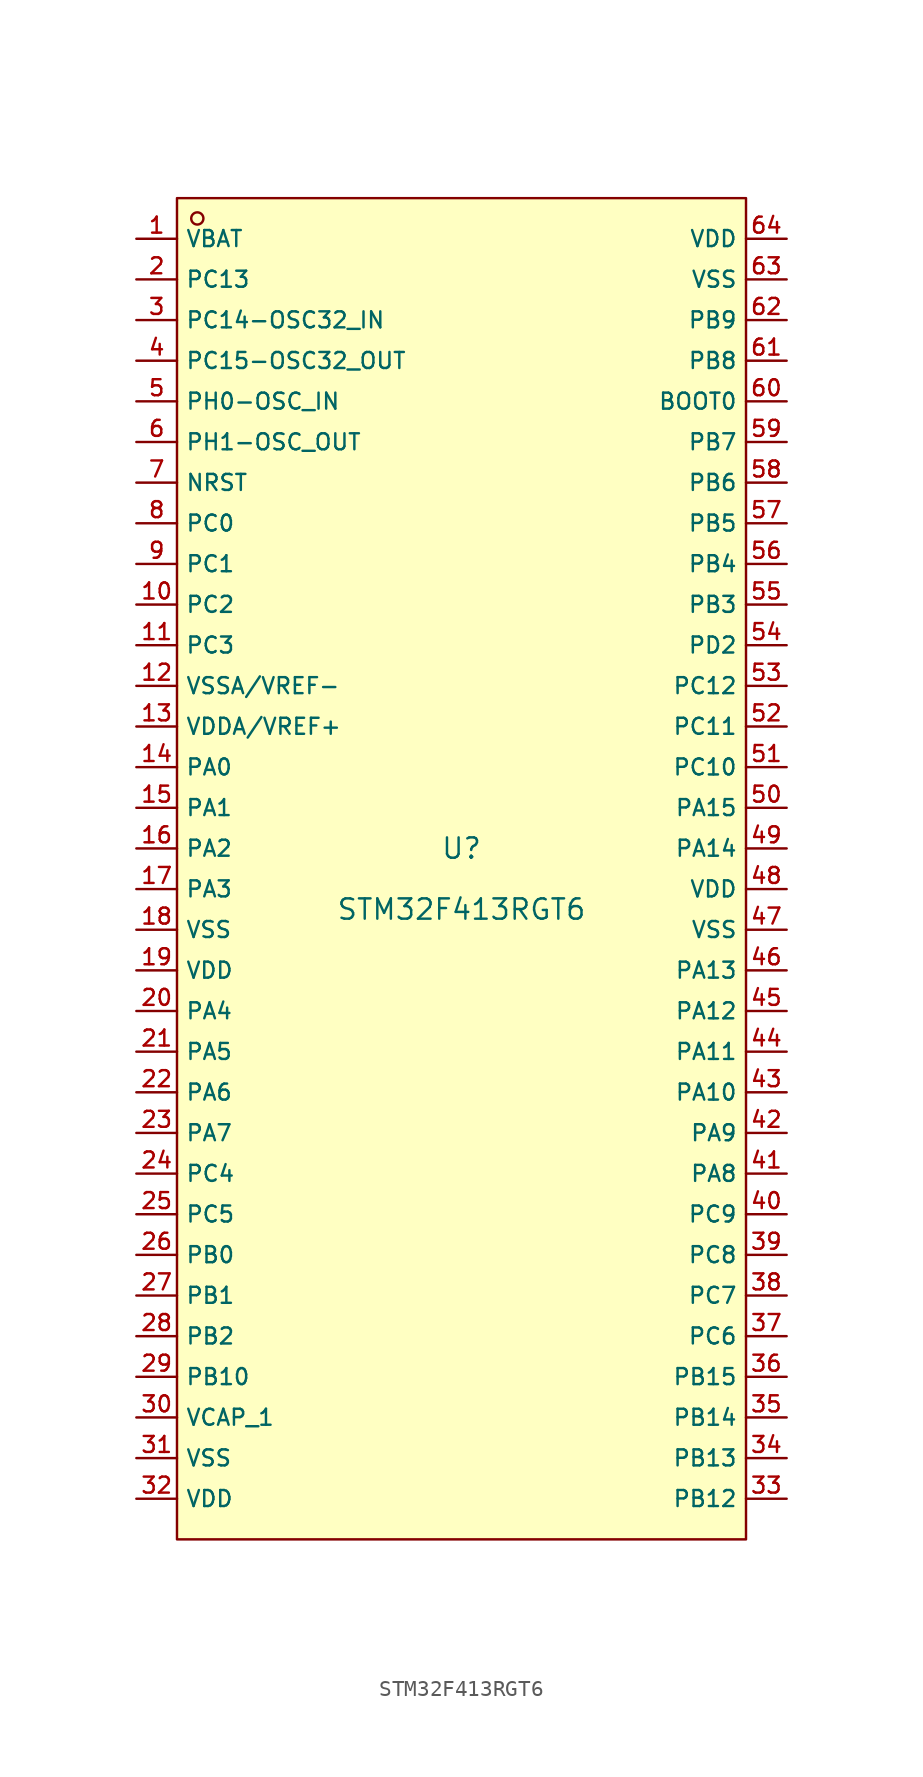
<source format=kicad_sym>
(kicad_symbol_lib
  (version 20210201)
  (generator TousstNicolas/JLC2KiCad_lib)
  (symbol "STM32F413RGT6"
    (property "Reference" "U"
      (at 0 1.27 0)
      (effects (font (size 1.27 1.27))))
    (property "Value" "STM32F413RGT6"
      (at 0 -2.54 0)
      (effects (font (size 1.27 1.27))))
    (symbol "STM32F413RGT6_0_1"
      (rectangle (start -17.78 41.91) (end 17.78 -41.91) (stroke (width 0) (type default) (color 0 0 0 0)) (fill (type background)))
      (circle (center -16.51 40.64) (radius 0.381) (stroke (width 0) (type default) (color 0 0 0 0)) (fill (type background)))
      (pin unspecified line (at -20.32 39.37 0) (length 2.54) (name "VBAT" (effects (font (size 1 1)))) (number "1" (effects (font (size 1 1)))))
      (pin unspecified line (at -20.32 36.83 0) (length 2.54) (name "PC13" (effects (font (size 1 1)))) (number "2" (effects (font (size 1 1)))))
      (pin unspecified line (at -20.32 34.29 0) (length 2.54) (name "PC14-OSC32_IN" (effects (font (size 1 1)))) (number "3" (effects (font (size 1 1)))))
      (pin unspecified line (at -20.32 31.75 0) (length 2.54) (name "PC15-OSC32_OUT" (effects (font (size 1 1)))) (number "4" (effects (font (size 1 1)))))
      (pin unspecified line (at -20.32 29.21 0) (length 2.54) (name "PH0-OSC_IN" (effects (font (size 1 1)))) (number "5" (effects (font (size 1 1)))))
      (pin unspecified line (at -20.32 26.67 0) (length 2.54) (name "PH1-OSC_OUT" (effects (font (size 1 1)))) (number "6" (effects (font (size 1 1)))))
      (pin unspecified line (at -20.32 24.13 0) (length 2.54) (name "NRST" (effects (font (size 1 1)))) (number "7" (effects (font (size 1 1)))))
      (pin unspecified line (at -20.32 21.59 0) (length 2.54) (name "PC0" (effects (font (size 1 1)))) (number "8" (effects (font (size 1 1)))))
      (pin unspecified line (at -20.32 19.05 0) (length 2.54) (name "PC1" (effects (font (size 1 1)))) (number "9" (effects (font (size 1 1)))))
      (pin unspecified line (at -20.32 16.51 0) (length 2.54) (name "PC2" (effects (font (size 1 1)))) (number "10" (effects (font (size 1 1)))))
      (pin unspecified line (at -20.32 13.97 0) (length 2.54) (name "PC3" (effects (font (size 1 1)))) (number "11" (effects (font (size 1 1)))))
      (pin unspecified line (at -20.32 11.43 0) (length 2.54) (name "VSSA/VREF-" (effects (font (size 1 1)))) (number "12" (effects (font (size 1 1)))))
      (pin unspecified line (at -20.32 8.89 0) (length 2.54) (name "VDDA/VREF+" (effects (font (size 1 1)))) (number "13" (effects (font (size 1 1)))))
      (pin unspecified line (at -20.32 6.35 0) (length 2.54) (name "PA0" (effects (font (size 1 1)))) (number "14" (effects (font (size 1 1)))))
      (pin unspecified line (at -20.32 3.81 0) (length 2.54) (name "PA1" (effects (font (size 1 1)))) (number "15" (effects (font (size 1 1)))))
      (pin unspecified line (at -20.32 1.27 0) (length 2.54) (name "PA2" (effects (font (size 1 1)))) (number "16" (effects (font (size 1 1)))))
      (pin unspecified line (at -20.32 -1.27 0) (length 2.54) (name "PA3" (effects (font (size 1 1)))) (number "17" (effects (font (size 1 1)))))
      (pin unspecified line (at -20.32 -3.81 0) (length 2.54) (name "VSS" (effects (font (size 1 1)))) (number "18" (effects (font (size 1 1)))))
      (pin unspecified line (at -20.32 -6.35 0) (length 2.54) (name "VDD" (effects (font (size 1 1)))) (number "19" (effects (font (size 1 1)))))
      (pin unspecified line (at -20.32 -8.89 0) (length 2.54) (name "PA4" (effects (font (size 1 1)))) (number "20" (effects (font (size 1 1)))))
      (pin unspecified line (at -20.32 -11.43 0) (length 2.54) (name "PA5" (effects (font (size 1 1)))) (number "21" (effects (font (size 1 1)))))
      (pin unspecified line (at -20.32 -13.97 0) (length 2.54) (name "PA6" (effects (font (size 1 1)))) (number "22" (effects (font (size 1 1)))))
      (pin unspecified line (at -20.32 -16.51 0) (length 2.54) (name "PA7" (effects (font (size 1 1)))) (number "23" (effects (font (size 1 1)))))
      (pin unspecified line (at -20.32 -19.05 0) (length 2.54) (name "PC4" (effects (font (size 1 1)))) (number "24" (effects (font (size 1 1)))))
      (pin unspecified line (at -20.32 -21.59 0) (length 2.54) (name "PC5" (effects (font (size 1 1)))) (number "25" (effects (font (size 1 1)))))
      (pin unspecified line (at -20.32 -24.13 0) (length 2.54) (name "PB0" (effects (font (size 1 1)))) (number "26" (effects (font (size 1 1)))))
      (pin unspecified line (at -20.32 -26.67 0) (length 2.54) (name "PB1" (effects (font (size 1 1)))) (number "27" (effects (font (size 1 1)))))
      (pin unspecified line (at -20.32 -29.21 0) (length 2.54) (name "PB2" (effects (font (size 1 1)))) (number "28" (effects (font (size 1 1)))))
      (pin unspecified line (at -20.32 -31.75 0) (length 2.54) (name "PB10" (effects (font (size 1 1)))) (number "29" (effects (font (size 1 1)))))
      (pin unspecified line (at -20.32 -34.29 0) (length 2.54) (name "VCAP_1" (effects (font (size 1 1)))) (number "30" (effects (font (size 1 1)))))
      (pin unspecified line (at -20.32 -36.83 0) (length 2.54) (name "VSS" (effects (font (size 1 1)))) (number "31" (effects (font (size 1 1)))))
      (pin unspecified line (at -20.32 -39.37 0) (length 2.54) (name "VDD" (effects (font (size 1 1)))) (number "32" (effects (font (size 1 1)))))
      (pin unspecified line (at 20.32 -39.37 180) (length 2.54) (name "PB12" (effects (font (size 1 1)))) (number "33" (effects (font (size 1 1)))))
      (pin unspecified line (at 20.32 -36.83 180) (length 2.54) (name "PB13" (effects (font (size 1 1)))) (number "34" (effects (font (size 1 1)))))
      (pin unspecified line (at 20.32 -34.29 180) (length 2.54) (name "PB14" (effects (font (size 1 1)))) (number "35" (effects (font (size 1 1)))))
      (pin unspecified line (at 20.32 -31.75 180) (length 2.54) (name "PB15" (effects (font (size 1 1)))) (number "36" (effects (font (size 1 1)))))
      (pin unspecified line (at 20.32 -29.21 180) (length 2.54) (name "PC6" (effects (font (size 1 1)))) (number "37" (effects (font (size 1 1)))))
      (pin unspecified line (at 20.32 -26.67 180) (length 2.54) (name "PC7" (effects (font (size 1 1)))) (number "38" (effects (font (size 1 1)))))
      (pin unspecified line (at 20.32 -24.13 180) (length 2.54) (name "PC8" (effects (font (size 1 1)))) (number "39" (effects (font (size 1 1)))))
      (pin unspecified line (at 20.32 -21.59 180) (length 2.54) (name "PC9" (effects (font (size 1 1)))) (number "40" (effects (font (size 1 1)))))
      (pin unspecified line (at 20.32 -19.05 180) (length 2.54) (name "PA8" (effects (font (size 1 1)))) (number "41" (effects (font (size 1 1)))))
      (pin unspecified line (at 20.32 -16.51 180) (length 2.54) (name "PA9" (effects (font (size 1 1)))) (number "42" (effects (font (size 1 1)))))
      (pin unspecified line (at 20.32 -13.97 180) (length 2.54) (name "PA10" (effects (font (size 1 1)))) (number "43" (effects (font (size 1 1)))))
      (pin unspecified line (at 20.32 -11.43 180) (length 2.54) (name "PA11" (effects (font (size 1 1)))) (number "44" (effects (font (size 1 1)))))
      (pin unspecified line (at 20.32 -8.89 180) (length 2.54) (name "PA12" (effects (font (size 1 1)))) (number "45" (effects (font (size 1 1)))))
      (pin unspecified line (at 20.32 -6.35 180) (length 2.54) (name "PA13" (effects (font (size 1 1)))) (number "46" (effects (font (size 1 1)))))
      (pin unspecified line (at 20.32 -3.81 180) (length 2.54) (name "VSS" (effects (font (size 1 1)))) (number "47" (effects (font (size 1 1)))))
      (pin unspecified line (at 20.32 -1.27 180) (length 2.54) (name "VDD" (effects (font (size 1 1)))) (number "48" (effects (font (size 1 1)))))
      (pin unspecified line (at 20.32 1.27 180) (length 2.54) (name "PA14" (effects (font (size 1 1)))) (number "49" (effects (font (size 1 1)))))
      (pin unspecified line (at 20.32 3.81 180) (length 2.54) (name "PA15" (effects (font (size 1 1)))) (number "50" (effects (font (size 1 1)))))
      (pin unspecified line (at 20.32 6.35 180) (length 2.54) (name "PC10" (effects (font (size 1 1)))) (number "51" (effects (font (size 1 1)))))
      (pin unspecified line (at 20.32 8.89 180) (length 2.54) (name "PC11" (effects (font (size 1 1)))) (number "52" (effects (font (size 1 1)))))
      (pin unspecified line (at 20.32 11.43 180) (length 2.54) (name "PC12" (effects (font (size 1 1)))) (number "53" (effects (font (size 1 1)))))
      (pin unspecified line (at 20.32 13.97 180) (length 2.54) (name "PD2" (effects (font (size 1 1)))) (number "54" (effects (font (size 1 1)))))
      (pin unspecified line (at 20.32 16.51 180) (length 2.54) (name "PB3" (effects (font (size 1 1)))) (number "55" (effects (font (size 1 1)))))
      (pin unspecified line (at 20.32 19.05 180) (length 2.54) (name "PB4" (effects (font (size 1 1)))) (number "56" (effects (font (size 1 1)))))
      (pin unspecified line (at 20.32 21.59 180) (length 2.54) (name "PB5" (effects (font (size 1 1)))) (number "57" (effects (font (size 1 1)))))
      (pin unspecified line (at 20.32 24.13 180) (length 2.54) (name "PB6" (effects (font (size 1 1)))) (number "58" (effects (font (size 1 1)))))
      (pin unspecified line (at 20.32 26.67 180) (length 2.54) (name "PB7" (effects (font (size 1 1)))) (number "59" (effects (font (size 1 1)))))
      (pin unspecified line (at 20.32 29.21 180) (length 2.54) (name "BOOT0" (effects (font (size 1 1)))) (number "60" (effects (font (size 1 1)))))
      (pin unspecified line (at 20.32 31.75 180) (length 2.54) (name "PB8" (effects (font (size 1 1)))) (number "61" (effects (font (size 1 1)))))
      (pin unspecified line (at 20.32 34.29 180) (length 2.54) (name "PB9" (effects (font (size 1 1)))) (number "62" (effects (font (size 1 1)))))
      (pin unspecified line (at 20.32 36.83 180) (length 2.54) (name "VSS" (effects (font (size 1 1)))) (number "63" (effects (font (size 1 1)))))
      (pin unspecified line (at 20.32 39.37 180) (length 2.54) (name "VDD" (effects (font (size 1 1)))) (number "64" (effects (font (size 1 1))))))))
</source>
